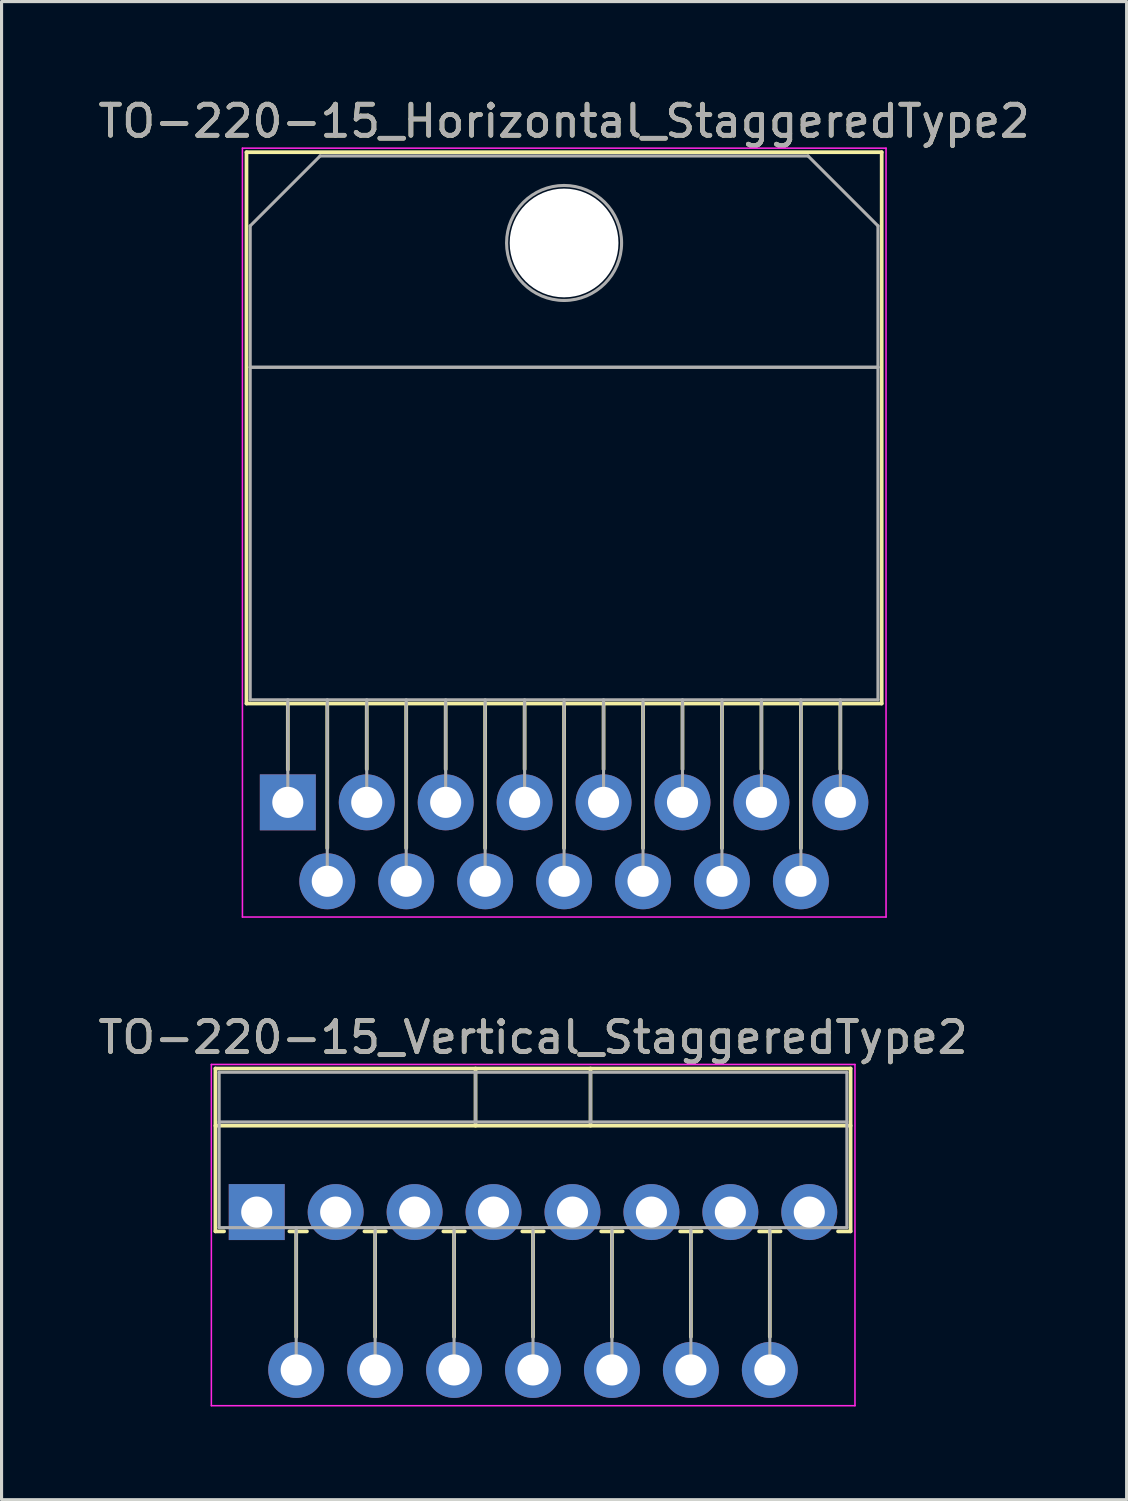
<source format=kicad_pcb>
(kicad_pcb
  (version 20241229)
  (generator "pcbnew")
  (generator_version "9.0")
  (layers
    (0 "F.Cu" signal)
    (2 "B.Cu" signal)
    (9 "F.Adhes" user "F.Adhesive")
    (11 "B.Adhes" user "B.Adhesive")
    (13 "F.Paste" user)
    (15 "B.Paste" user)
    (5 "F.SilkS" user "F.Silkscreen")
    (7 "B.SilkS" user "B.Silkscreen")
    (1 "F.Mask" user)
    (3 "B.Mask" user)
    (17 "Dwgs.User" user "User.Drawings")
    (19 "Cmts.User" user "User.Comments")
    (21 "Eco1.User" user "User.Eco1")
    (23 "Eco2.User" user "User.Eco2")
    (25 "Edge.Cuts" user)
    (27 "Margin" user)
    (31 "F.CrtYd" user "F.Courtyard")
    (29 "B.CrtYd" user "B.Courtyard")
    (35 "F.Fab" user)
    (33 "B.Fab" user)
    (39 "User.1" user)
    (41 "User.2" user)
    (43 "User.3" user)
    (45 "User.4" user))
  (footprint "TO-220-15_Horizontal_StaggeredType2"
    (layer "F.Cu")
    (at 6.211 22.768)
    (property "Reference" "TO-220-15_Horizontal_StaggeredType2" (at 8.89 -21.92 0) (layer "F.SilkS") (effects (font (size 1 1) (thickness 0.15))))
    (attr through_hole)
    (fp_line (start -1.33 -20.92) (end -1.33 -3.18) (stroke (width 0.12) (type solid)) (layer "F.SilkS"))
    (fp_line (start -1.33 -20.92) (end 19.11 -20.92) (stroke (width 0.12) (type solid)) (layer "F.SilkS"))
    (fp_line (start -1.33 -3.18) (end 19.11 -3.18) (stroke (width 0.12) (type solid)) (layer "F.SilkS"))
    (fp_line (start 0 -3.18) (end 0 -1.05) (stroke (width 0.12) (type solid)) (layer "F.SilkS"))
    (fp_line (start 1.27 -3.18) (end 1.27 1.475) (stroke (width 0.12) (type solid)) (layer "F.SilkS"))
    (fp_line (start 2.54 -3.18) (end 2.54 -1.066) (stroke (width 0.12) (type solid)) (layer "F.SilkS"))
    (fp_line (start 3.81 -3.18) (end 3.81 1.475) (stroke (width 0.12) (type solid)) (layer "F.SilkS"))
    (fp_line (start 5.08 -3.18) (end 5.08 -1.066) (stroke (width 0.12) (type solid)) (layer "F.SilkS"))
    (fp_line (start 6.35 -3.18) (end 6.35 1.475) (stroke (width 0.12) (type solid)) (layer "F.SilkS"))
    (fp_line (start 7.62 -3.18) (end 7.62 -1.066) (stroke (width 0.12) (type solid)) (layer "F.SilkS"))
    (fp_line (start 8.89 -3.18) (end 8.89 1.475) (stroke (width 0.12) (type solid)) (layer "F.SilkS"))
    (fp_line (start 10.16 -3.18) (end 10.16 -1.066) (stroke (width 0.12) (type solid)) (layer "F.SilkS"))
    (fp_line (start 11.43 -3.18) (end 11.43 1.475) (stroke (width 0.12) (type solid)) (layer "F.SilkS"))
    (fp_line (start 12.7 -3.18) (end 12.7 -1.066) (stroke (width 0.12) (type solid)) (layer "F.SilkS"))
    (fp_line (start 13.97 -3.18) (end 13.97 1.475) (stroke (width 0.12) (type solid)) (layer "F.SilkS"))
    (fp_line (start 15.24 -3.18) (end 15.24 -1.066) (stroke (width 0.12) (type solid)) (layer "F.SilkS"))
    (fp_line (start 16.51 -3.18) (end 16.51 1.475) (stroke (width 0.12) (type solid)) (layer "F.SilkS"))
    (fp_line (start 17.78 -3.18) (end 17.78 -1.066) (stroke (width 0.12) (type solid)) (layer "F.SilkS"))
    (fp_line (start 19.11 -20.92) (end 19.11 -3.18) (stroke (width 0.12) (type solid)) (layer "F.SilkS"))
    (fp_line (start -1.46 -21.05) (end -1.46 3.69) (stroke (width 0.05) (type solid)) (layer "F.CrtYd"))
    (fp_line (start -1.46 3.69) (end 19.25 3.69) (stroke (width 0.05) (type solid)) (layer "F.CrtYd"))
    (fp_line (start 19.25 -21.05) (end -1.46 -21.05) (stroke (width 0.05) (type solid)) (layer "F.CrtYd"))
    (fp_line (start 19.25 3.69) (end 19.25 -21.05) (stroke (width 0.05) (type solid)) (layer "F.CrtYd"))
    (fp_line (start -1.21 -18.55) (end 1.041 -20.8) (stroke (width 0.1) (type solid)) (layer "F.Fab"))
    (fp_line (start -1.21 -14) (end -1.21 -18.55) (stroke (width 0.1) (type solid)) (layer "F.Fab"))
    (fp_line (start -1.21 -14) (end 18.99 -14) (stroke (width 0.1) (type solid)) (layer "F.Fab"))
    (fp_line (start -1.21 -3.3) (end -1.21 -14) (stroke (width 0.1) (type solid)) (layer "F.Fab"))
    (fp_line (start 0 -3.3) (end 0 0) (stroke (width 0.1) (type solid)) (layer "F.Fab"))
    (fp_line (start 1.041 -20.8) (end 16.74 -20.8) (stroke (width 0.1) (type solid)) (layer "F.Fab"))
    (fp_line (start 1.27 -3.3) (end 1.27 2.54) (stroke (width 0.1) (type solid)) (layer "F.Fab"))
    (fp_line (start 2.54 -3.3) (end 2.54 0) (stroke (width 0.1) (type solid)) (layer "F.Fab"))
    (fp_line (start 3.81 -3.3) (end 3.81 2.54) (stroke (width 0.1) (type solid)) (layer "F.Fab"))
    (fp_line (start 5.08 -3.3) (end 5.08 0) (stroke (width 0.1) (type solid)) (layer "F.Fab"))
    (fp_line (start 6.35 -3.3) (end 6.35 2.54) (stroke (width 0.1) (type solid)) (layer "F.Fab"))
    (fp_line (start 7.62 -3.3) (end 7.62 0) (stroke (width 0.1) (type solid)) (layer "F.Fab"))
    (fp_line (start 8.89 -3.3) (end 8.89 2.54) (stroke (width 0.1) (type solid)) (layer "F.Fab"))
    (fp_line (start 10.16 -3.3) (end 10.16 0) (stroke (width 0.1) (type solid)) (layer "F.Fab"))
    (fp_line (start 11.43 -3.3) (end 11.43 2.54) (stroke (width 0.1) (type solid)) (layer "F.Fab"))
    (fp_line (start 12.7 -3.3) (end 12.7 0) (stroke (width 0.1) (type solid)) (layer "F.Fab"))
    (fp_line (start 13.97 -3.3) (end 13.97 2.54) (stroke (width 0.1) (type solid)) (layer "F.Fab"))
    (fp_line (start 15.24 -3.3) (end 15.24 0) (stroke (width 0.1) (type solid)) (layer "F.Fab"))
    (fp_line (start 16.51 -3.3) (end 16.51 2.54) (stroke (width 0.1) (type solid)) (layer "F.Fab"))
    (fp_line (start 16.74 -20.8) (end 18.99 -18.55) (stroke (width 0.1) (type solid)) (layer "F.Fab"))
    (fp_line (start 17.78 -3.3) (end 17.78 0) (stroke (width 0.1) (type solid)) (layer "F.Fab"))
    (fp_line (start 18.99 -18.55) (end 18.99 -14) (stroke (width 0.1) (type solid)) (layer "F.Fab"))
    (fp_line (start 18.99 -14) (end -1.21 -14) (stroke (width 0.1) (type solid)) (layer "F.Fab"))
    (fp_line (start 18.99 -14) (end 18.99 -3.3) (stroke (width 0.1) (type solid)) (layer "F.Fab"))
    (fp_line (start 18.99 -3.3) (end -1.21 -3.3) (stroke (width 0.1) (type solid)) (layer "F.Fab"))
    (fp_circle (center 8.89 -18) (end 10.74 -18) (stroke (width 0.1) (type solid)) (fill no) (layer "F.Fab"))
    (fp_text user "${REFERENCE}" (at 8.89 -21.92 0) (layer "F.Fab") (effects (font (size 1 1) (thickness 0.15))))
    (pad "" np_thru_hole oval (at 8.89 -18) (size 3.5 3.5) (drill 3.5) (layers "*.Cu" "*.Mask"))
    (pad "1" thru_hole rect (at 0 0) (size 1.8 1.8) (drill 1) (layers "*.Cu" "*.Mask"))
    (pad "2" thru_hole oval (at 1.27 2.54) (size 1.8 1.8) (drill 1) (layers "*.Cu" "*.Mask"))
    (pad "3" thru_hole oval (at 2.54 0) (size 1.8 1.8) (drill 1) (layers "*.Cu" "*.Mask"))
    (pad "4" thru_hole oval (at 3.81 2.54) (size 1.8 1.8) (drill 1) (layers "*.Cu" "*.Mask"))
    (pad "5" thru_hole oval (at 5.08 0) (size 1.8 1.8) (drill 1) (layers "*.Cu" "*.Mask"))
    (pad "6" thru_hole oval (at 6.35 2.54) (size 1.8 1.8) (drill 1) (layers "*.Cu" "*.Mask"))
    (pad "7" thru_hole oval (at 7.62 0) (size 1.8 1.8) (drill 1) (layers "*.Cu" "*.Mask"))
    (pad "8" thru_hole oval (at 8.89 2.54) (size 1.8 1.8) (drill 1) (layers "*.Cu" "*.Mask"))
    (pad "9" thru_hole oval (at 10.16 0) (size 1.8 1.8) (drill 1) (layers "*.Cu" "*.Mask"))
    (pad "10" thru_hole oval (at 11.43 2.54) (size 1.8 1.8) (drill 1) (layers "*.Cu" "*.Mask"))
    (pad "11" thru_hole oval (at 12.7 0) (size 1.8 1.8) (drill 1) (layers "*.Cu" "*.Mask"))
    (pad "12" thru_hole oval (at 13.97 2.54) (size 1.8 1.8) (drill 1) (layers "*.Cu" "*.Mask"))
    (pad "13" thru_hole oval (at 15.24 0) (size 1.8 1.8) (drill 1) (layers "*.Cu" "*.Mask"))
    (pad "14" thru_hole oval (at 16.51 2.54) (size 1.8 1.8) (drill 1) (layers "*.Cu" "*.Mask"))
    (pad "15" thru_hole oval (at 17.78 0) (size 1.8 1.8) (drill 1) (layers "*.Cu" "*.Mask")))
  (footprint "TO-220-15_Vertical_StaggeredType2"
    (layer "F.Cu")
    (at 5.211 35.952)
    (property "Reference" "TO-220-15_Vertical_StaggeredType2" (at 8.89 -5.62 0) (layer "F.SilkS") (effects (font (size 1 1) (thickness 0.15))))
    (attr through_hole)
    (fp_line (start -1.33 -4.62) (end -1.33 0.621) (stroke (width 0.12) (type solid)) (layer "F.SilkS"))
    (fp_line (start -1.33 -4.62) (end 19.11 -4.62) (stroke (width 0.12) (type solid)) (layer "F.SilkS"))
    (fp_line (start -1.33 -2.78) (end 19.11 -2.78) (stroke (width 0.12) (type solid)) (layer "F.SilkS"))
    (fp_line (start -1.33 0.621) (end -1.05 0.621) (stroke (width 0.12) (type solid)) (layer "F.SilkS"))
    (fp_line (start 1.05 0.621) (end 1.616 0.621) (stroke (width 0.12) (type solid)) (layer "F.SilkS"))
    (fp_line (start 1.27 0.621) (end 1.27 4.015) (stroke (width 0.12) (type solid)) (layer "F.SilkS"))
    (fp_line (start 3.465 0.621) (end 4.156 0.621) (stroke (width 0.12) (type solid)) (layer "F.SilkS"))
    (fp_line (start 3.81 0.621) (end 3.81 4.015) (stroke (width 0.12) (type solid)) (layer "F.SilkS"))
    (fp_line (start 6.005 0.621) (end 6.696 0.621) (stroke (width 0.12) (type solid)) (layer "F.SilkS"))
    (fp_line (start 6.35 0.621) (end 6.35 4.015) (stroke (width 0.12) (type solid)) (layer "F.SilkS"))
    (fp_line (start 7.041 -4.62) (end 7.041 -2.78) (stroke (width 0.12) (type solid)) (layer "F.SilkS"))
    (fp_line (start 8.545 0.621) (end 9.236 0.621) (stroke (width 0.12) (type solid)) (layer "F.SilkS"))
    (fp_line (start 8.89 0.621) (end 8.89 4.015) (stroke (width 0.12) (type solid)) (layer "F.SilkS"))
    (fp_line (start 10.74 -4.62) (end 10.74 -2.78) (stroke (width 0.12) (type solid)) (layer "F.SilkS"))
    (fp_line (start 11.085 0.621) (end 11.776 0.621) (stroke (width 0.12) (type solid)) (layer "F.SilkS"))
    (fp_line (start 11.43 0.621) (end 11.43 4.015) (stroke (width 0.12) (type solid)) (layer "F.SilkS"))
    (fp_line (start 13.625 0.621) (end 14.316 0.621) (stroke (width 0.12) (type solid)) (layer "F.SilkS"))
    (fp_line (start 13.97 0.621) (end 13.97 4.015) (stroke (width 0.12) (type solid)) (layer "F.SilkS"))
    (fp_line (start 16.165 0.621) (end 16.856 0.621) (stroke (width 0.12) (type solid)) (layer "F.SilkS"))
    (fp_line (start 16.51 0.621) (end 16.51 4.015) (stroke (width 0.12) (type solid)) (layer "F.SilkS"))
    (fp_line (start 18.705 0.621) (end 19.11 0.621) (stroke (width 0.12) (type solid)) (layer "F.SilkS"))
    (fp_line (start 19.11 -4.62) (end 19.11 0.621) (stroke (width 0.12) (type solid)) (layer "F.SilkS"))
    (fp_line (start -1.46 -4.75) (end -1.46 6.23) (stroke (width 0.05) (type solid)) (layer "F.CrtYd"))
    (fp_line (start -1.46 6.23) (end 19.25 6.23) (stroke (width 0.05) (type solid)) (layer "F.CrtYd"))
    (fp_line (start 19.25 -4.75) (end -1.46 -4.75) (stroke (width 0.05) (type solid)) (layer "F.CrtYd"))
    (fp_line (start 19.25 6.23) (end 19.25 -4.75) (stroke (width 0.05) (type solid)) (layer "F.CrtYd"))
    (fp_line (start -1.21 -4.5) (end -1.21 0.5) (stroke (width 0.1) (type solid)) (layer "F.Fab"))
    (fp_line (start -1.21 -2.9) (end 18.99 -2.9) (stroke (width 0.1) (type solid)) (layer "F.Fab"))
    (fp_line (start -1.21 0.5) (end 18.99 0.5) (stroke (width 0.1) (type solid)) (layer "F.Fab"))
    (fp_line (start 1.27 0.5) (end 1.27 5.08) (stroke (width 0.1) (type solid)) (layer "F.Fab"))
    (fp_line (start 3.81 0.5) (end 3.81 5.08) (stroke (width 0.1) (type solid)) (layer "F.Fab"))
    (fp_line (start 6.35 0.5) (end 6.35 5.08) (stroke (width 0.1) (type solid)) (layer "F.Fab"))
    (fp_line (start 7.04 -4.5) (end 7.04 -2.9) (stroke (width 0.1) (type solid)) (layer "F.Fab"))
    (fp_line (start 8.89 0.5) (end 8.89 5.08) (stroke (width 0.1) (type solid)) (layer "F.Fab"))
    (fp_line (start 10.74 -4.5) (end 10.74 -2.9) (stroke (width 0.1) (type solid)) (layer "F.Fab"))
    (fp_line (start 11.43 0.5) (end 11.43 5.08) (stroke (width 0.1) (type solid)) (layer "F.Fab"))
    (fp_line (start 13.97 0.5) (end 13.97 5.08) (stroke (width 0.1) (type solid)) (layer "F.Fab"))
    (fp_line (start 16.51 0.5) (end 16.51 5.08) (stroke (width 0.1) (type solid)) (layer "F.Fab"))
    (fp_line (start 18.99 -4.5) (end -1.21 -4.5) (stroke (width 0.1) (type solid)) (layer "F.Fab"))
    (fp_line (start 18.99 0.5) (end 18.99 -4.5) (stroke (width 0.1) (type solid)) (layer "F.Fab"))
    (fp_text user "${REFERENCE}" (at 8.89 -5.62 0) (layer "F.Fab") (effects (font (size 1 1) (thickness 0.15))))
    (pad "1" thru_hole rect (at 0 0) (size 1.8 1.8) (drill 1) (layers "*.Cu" "*.Mask"))
    (pad "2" thru_hole oval (at 1.27 5.08) (size 1.8 1.8) (drill 1) (layers "*.Cu" "*.Mask"))
    (pad "3" thru_hole oval (at 2.54 0) (size 1.8 1.8) (drill 1) (layers "*.Cu" "*.Mask"))
    (pad "4" thru_hole oval (at 3.81 5.08) (size 1.8 1.8) (drill 1) (layers "*.Cu" "*.Mask"))
    (pad "5" thru_hole oval (at 5.08 0) (size 1.8 1.8) (drill 1) (layers "*.Cu" "*.Mask"))
    (pad "6" thru_hole oval (at 6.35 5.08) (size 1.8 1.8) (drill 1) (layers "*.Cu" "*.Mask"))
    (pad "7" thru_hole oval (at 7.62 0) (size 1.8 1.8) (drill 1) (layers "*.Cu" "*.Mask"))
    (pad "8" thru_hole oval (at 8.89 5.08) (size 1.8 1.8) (drill 1) (layers "*.Cu" "*.Mask"))
    (pad "9" thru_hole oval (at 10.16 0) (size 1.8 1.8) (drill 1) (layers "*.Cu" "*.Mask"))
    (pad "10" thru_hole oval (at 11.43 5.08) (size 1.8 1.8) (drill 1) (layers "*.Cu" "*.Mask"))
    (pad "11" thru_hole oval (at 12.7 0) (size 1.8 1.8) (drill 1) (layers "*.Cu" "*.Mask"))
    (pad "12" thru_hole oval (at 13.97 5.08) (size 1.8 1.8) (drill 1) (layers "*.Cu" "*.Mask"))
    (pad "13" thru_hole oval (at 15.24 0) (size 1.8 1.8) (drill 1) (layers "*.Cu" "*.Mask"))
    (pad "14" thru_hole oval (at 16.51 5.08) (size 1.8 1.8) (drill 1) (layers "*.Cu" "*.Mask"))
    (pad "15" thru_hole oval (at 17.78 0) (size 1.8 1.8) (drill 1) (layers "*.Cu" "*.Mask")))
  (gr_rect
    (start -3 -3)
    (end 33.202 45.206)
    (stroke (width 0.1) (type default))
    (fill no)
    (layer "Edge.Cuts")))
</source>
